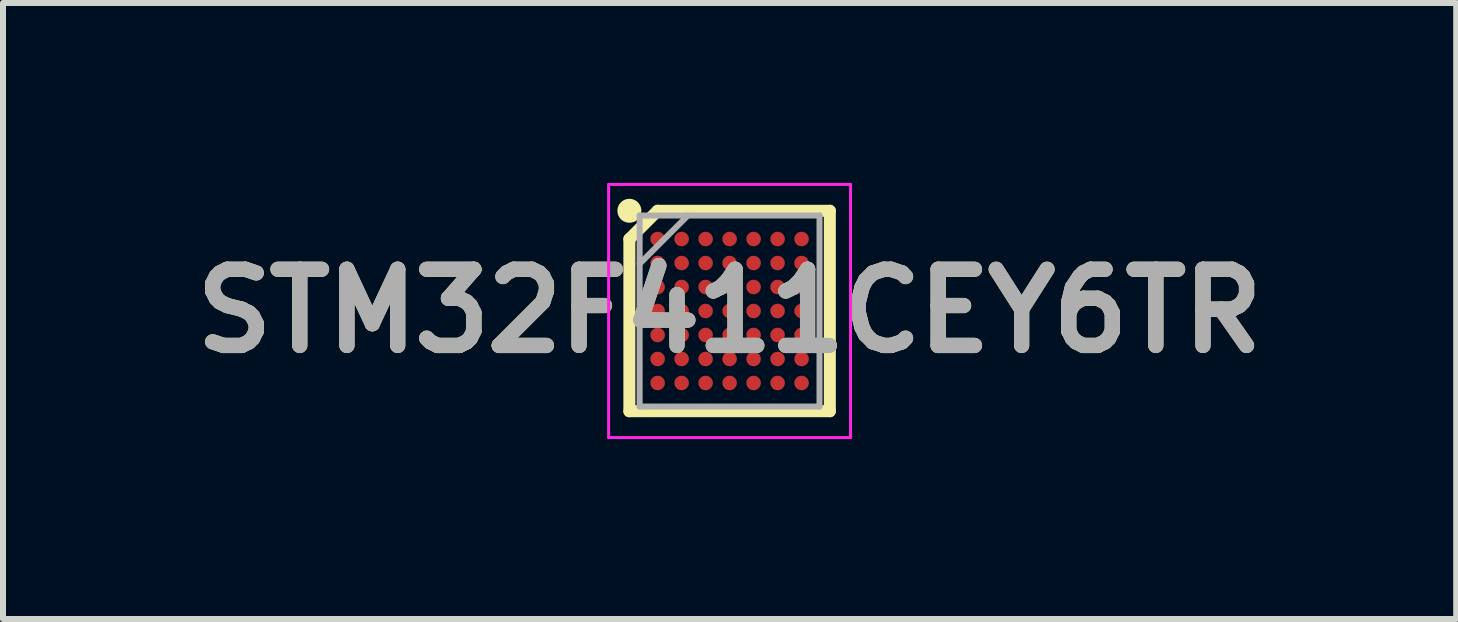
<source format=kicad_pcb>
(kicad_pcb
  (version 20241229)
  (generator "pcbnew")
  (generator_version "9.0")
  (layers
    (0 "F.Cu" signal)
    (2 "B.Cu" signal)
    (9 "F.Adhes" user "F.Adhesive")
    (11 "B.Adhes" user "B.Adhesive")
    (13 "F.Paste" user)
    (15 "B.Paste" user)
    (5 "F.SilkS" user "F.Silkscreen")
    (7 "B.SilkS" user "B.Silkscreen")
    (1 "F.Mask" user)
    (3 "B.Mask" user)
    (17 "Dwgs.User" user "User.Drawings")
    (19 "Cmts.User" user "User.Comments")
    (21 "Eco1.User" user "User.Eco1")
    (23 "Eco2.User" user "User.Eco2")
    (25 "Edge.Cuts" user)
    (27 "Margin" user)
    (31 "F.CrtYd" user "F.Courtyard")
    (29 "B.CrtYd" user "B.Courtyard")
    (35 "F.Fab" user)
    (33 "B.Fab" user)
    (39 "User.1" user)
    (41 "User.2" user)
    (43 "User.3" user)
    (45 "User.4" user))
  (footprint "STM32F411CEY6TR"
    (layer "F.Cu")
    (at 9.114 2.135)
    (property "Reference" "STM32F411CEY6TR" (at 0 0 0) (layer "F.SilkS") (effects (font (size 1.27 1.27) (thickness 0.254))))
    (attr smd)
    (fp_line (start -1.671 -1.2) (end -1.2 -1.671) (stroke (width 0.2) (type solid)) (layer "F.SilkS"))
    (fp_line (start -1.671 1.671) (end -1.671 -1.2) (stroke (width 0.2) (type solid)) (layer "F.SilkS"))
    (fp_line (start -1.2 -1.671) (end 1.671 -1.671) (stroke (width 0.2) (type solid)) (layer "F.SilkS"))
    (fp_line (start 1.671 -1.671) (end 1.671 1.671) (stroke (width 0.2) (type solid)) (layer "F.SilkS"))
    (fp_line (start 1.671 1.671) (end -1.671 1.671) (stroke (width 0.2) (type solid)) (layer "F.SilkS"))
    (fp_circle (center -1.671 -1.671) (end -1.671 -1.571) (stroke (width 0.2) (type solid)) (fill no) (layer "F.SilkS"))
    (fp_line (start -2.017 -2.11) (end 2.017 -2.11) (stroke (width 0.05) (type solid)) (layer "F.CrtYd"))
    (fp_line (start -2.017 2.11) (end -2.017 -2.11) (stroke (width 0.05) (type solid)) (layer "F.CrtYd"))
    (fp_line (start 2.017 -2.11) (end 2.017 2.11) (stroke (width 0.05) (type solid)) (layer "F.CrtYd"))
    (fp_line (start 2.017 2.11) (end -2.017 2.11) (stroke (width 0.05) (type solid)) (layer "F.CrtYd"))
    (fp_line (start -1.5 -1.592) (end 1.499 -1.592) (stroke (width 0.1) (type solid)) (layer "F.Fab"))
    (fp_line (start -1.5 -0.788) (end -0.695 -1.593) (stroke (width 0.1) (type solid)) (layer "F.Fab"))
    (fp_line (start -1.5 1.593) (end -1.5 -1.592) (stroke (width 0.1) (type solid)) (layer "F.Fab"))
    (fp_line (start 1.499 -1.592) (end 1.499 1.593) (stroke (width 0.1) (type solid)) (layer "F.Fab"))
    (fp_line (start 1.499 1.593) (end -1.5 1.593) (stroke (width 0.1) (type solid)) (layer "F.Fab"))
    (fp_text user "${REFERENCE}" (at 0 0 0) (layer "F.Fab") (effects (font (size 1.27 1.27) (thickness 0.254))))
    (pad "A1" smd circle (at -1.2 -1.2 90) (size 0.242 0.242) (layers "F.Cu" "F.Mask" "F.Paste"))
    (pad "A2" smd circle (at -0.8 -1.2 90) (size 0.242 0.242) (layers "F.Cu" "F.Mask" "F.Paste"))
    (pad "A3" smd circle (at -0.4 -1.2 90) (size 0.242 0.242) (layers "F.Cu" "F.Mask" "F.Paste"))
    (pad "A4" smd circle (at 0 -1.2 90) (size 0.242 0.242) (layers "F.Cu" "F.Mask" "F.Paste"))
    (pad "A5" smd circle (at 0.4 -1.2 90) (size 0.242 0.242) (layers "F.Cu" "F.Mask" "F.Paste"))
    (pad "A6" smd circle (at 0.8 -1.2 90) (size 0.242 0.242) (layers "F.Cu" "F.Mask" "F.Paste"))
    (pad "A7" smd circle (at 1.2 -1.2 90) (size 0.242 0.242) (layers "F.Cu" "F.Mask" "F.Paste"))
    (pad "B1" smd circle (at -1.2 -0.8 90) (size 0.242 0.242) (layers "F.Cu" "F.Mask" "F.Paste"))
    (pad "B2" smd circle (at -0.8 -0.8 90) (size 0.242 0.242) (layers "F.Cu" "F.Mask" "F.Paste"))
    (pad "B3" smd circle (at -0.4 -0.8 90) (size 0.242 0.242) (layers "F.Cu" "F.Mask" "F.Paste"))
    (pad "B4" smd circle (at 0 -0.8 90) (size 0.242 0.242) (layers "F.Cu" "F.Mask" "F.Paste"))
    (pad "B5" smd circle (at 0.4 -0.8 90) (size 0.242 0.242) (layers "F.Cu" "F.Mask" "F.Paste"))
    (pad "B6" smd circle (at 0.8 -0.8 90) (size 0.242 0.242) (layers "F.Cu" "F.Mask" "F.Paste"))
    (pad "B7" smd circle (at 1.2 -0.8 90) (size 0.242 0.242) (layers "F.Cu" "F.Mask" "F.Paste"))
    (pad "C1" smd circle (at -1.2 -0.4 90) (size 0.242 0.242) (layers "F.Cu" "F.Mask" "F.Paste"))
    (pad "C2" smd circle (at -0.8 -0.4 90) (size 0.242 0.242) (layers "F.Cu" "F.Mask" "F.Paste"))
    (pad "C3" smd circle (at -0.4 -0.4 90) (size 0.242 0.242) (layers "F.Cu" "F.Mask" "F.Paste"))
    (pad "C4" smd circle (at 0 -0.4 90) (size 0.242 0.242) (layers "F.Cu" "F.Mask" "F.Paste"))
    (pad "C5" smd circle (at 0.4 -0.4 90) (size 0.242 0.242) (layers "F.Cu" "F.Mask" "F.Paste"))
    (pad "C6" smd circle (at 0.8 -0.4 90) (size 0.242 0.242) (layers "F.Cu" "F.Mask" "F.Paste"))
    (pad "C7" smd circle (at 1.2 -0.4 90) (size 0.242 0.242) (layers "F.Cu" "F.Mask" "F.Paste"))
    (pad "D1" smd circle (at -1.2 0 90) (size 0.242 0.242) (layers "F.Cu" "F.Mask" "F.Paste"))
    (pad "D2" smd circle (at -0.8 0 90) (size 0.242 0.242) (layers "F.Cu" "F.Mask" "F.Paste"))
    (pad "D3" smd circle (at -0.4 0 90) (size 0.242 0.242) (layers "F.Cu" "F.Mask" "F.Paste"))
    (pad "D4" smd circle (at 0 0 90) (size 0.242 0.242) (layers "F.Cu" "F.Mask" "F.Paste"))
    (pad "D5" smd circle (at 0.4 0 90) (size 0.242 0.242) (layers "F.Cu" "F.Mask" "F.Paste"))
    (pad "D6" smd circle (at 0.8 0 90) (size 0.242 0.242) (layers "F.Cu" "F.Mask" "F.Paste"))
    (pad "D7" smd circle (at 1.2 0 90) (size 0.242 0.242) (layers "F.Cu" "F.Mask" "F.Paste"))
    (pad "E1" smd circle (at -1.2 0.4 90) (size 0.242 0.242) (layers "F.Cu" "F.Mask" "F.Paste"))
    (pad "E2" smd circle (at -0.8 0.4 90) (size 0.242 0.242) (layers "F.Cu" "F.Mask" "F.Paste"))
    (pad "E3" smd circle (at -0.4 0.4 90) (size 0.242 0.242) (layers "F.Cu" "F.Mask" "F.Paste"))
    (pad "E4" smd circle (at 0 0.4 90) (size 0.242 0.242) (layers "F.Cu" "F.Mask" "F.Paste"))
    (pad "E5" smd circle (at 0.4 0.4 90) (size 0.242 0.242) (layers "F.Cu" "F.Mask" "F.Paste"))
    (pad "E6" smd circle (at 0.8 0.4 90) (size 0.242 0.242) (layers "F.Cu" "F.Mask" "F.Paste"))
    (pad "E7" smd circle (at 1.2 0.4 90) (size 0.242 0.242) (layers "F.Cu" "F.Mask" "F.Paste"))
    (pad "F1" smd circle (at -1.2 0.8 90) (size 0.242 0.242) (layers "F.Cu" "F.Mask" "F.Paste"))
    (pad "F2" smd circle (at -0.8 0.8 90) (size 0.242 0.242) (layers "F.Cu" "F.Mask" "F.Paste"))
    (pad "F3" smd circle (at -0.4 0.8 90) (size 0.242 0.242) (layers "F.Cu" "F.Mask" "F.Paste"))
    (pad "F4" smd circle (at 0 0.8 90) (size 0.242 0.242) (layers "F.Cu" "F.Mask" "F.Paste"))
    (pad "F5" smd circle (at 0.4 0.8 90) (size 0.242 0.242) (layers "F.Cu" "F.Mask" "F.Paste"))
    (pad "F6" smd circle (at 0.8 0.8 90) (size 0.242 0.242) (layers "F.Cu" "F.Mask" "F.Paste"))
    (pad "F7" smd circle (at 1.2 0.8 90) (size 0.242 0.242) (layers "F.Cu" "F.Mask" "F.Paste"))
    (pad "G1" smd circle (at -1.2 1.2 90) (size 0.242 0.242) (layers "F.Cu" "F.Mask" "F.Paste"))
    (pad "G2" smd circle (at -0.8 1.2 90) (size 0.242 0.242) (layers "F.Cu" "F.Mask" "F.Paste"))
    (pad "G3" smd circle (at -0.4 1.2 90) (size 0.242 0.242) (layers "F.Cu" "F.Mask" "F.Paste"))
    (pad "G4" smd circle (at 0 1.2 90) (size 0.242 0.242) (layers "F.Cu" "F.Mask" "F.Paste"))
    (pad "G5" smd circle (at 0.4 1.2 90) (size 0.242 0.242) (layers "F.Cu" "F.Mask" "F.Paste"))
    (pad "G6" smd circle (at 0.8 1.2 90) (size 0.242 0.242) (layers "F.Cu" "F.Mask" "F.Paste"))
    (pad "G7" smd circle (at 1.2 1.2 90) (size 0.242 0.242) (layers "F.Cu" "F.Mask" "F.Paste")))
  (gr_rect
    (start -3 -3)
    (end 21.228 7.27)
    (stroke (width 0.1) (type default))
    (fill no)
    (layer "Edge.Cuts")))
</source>
